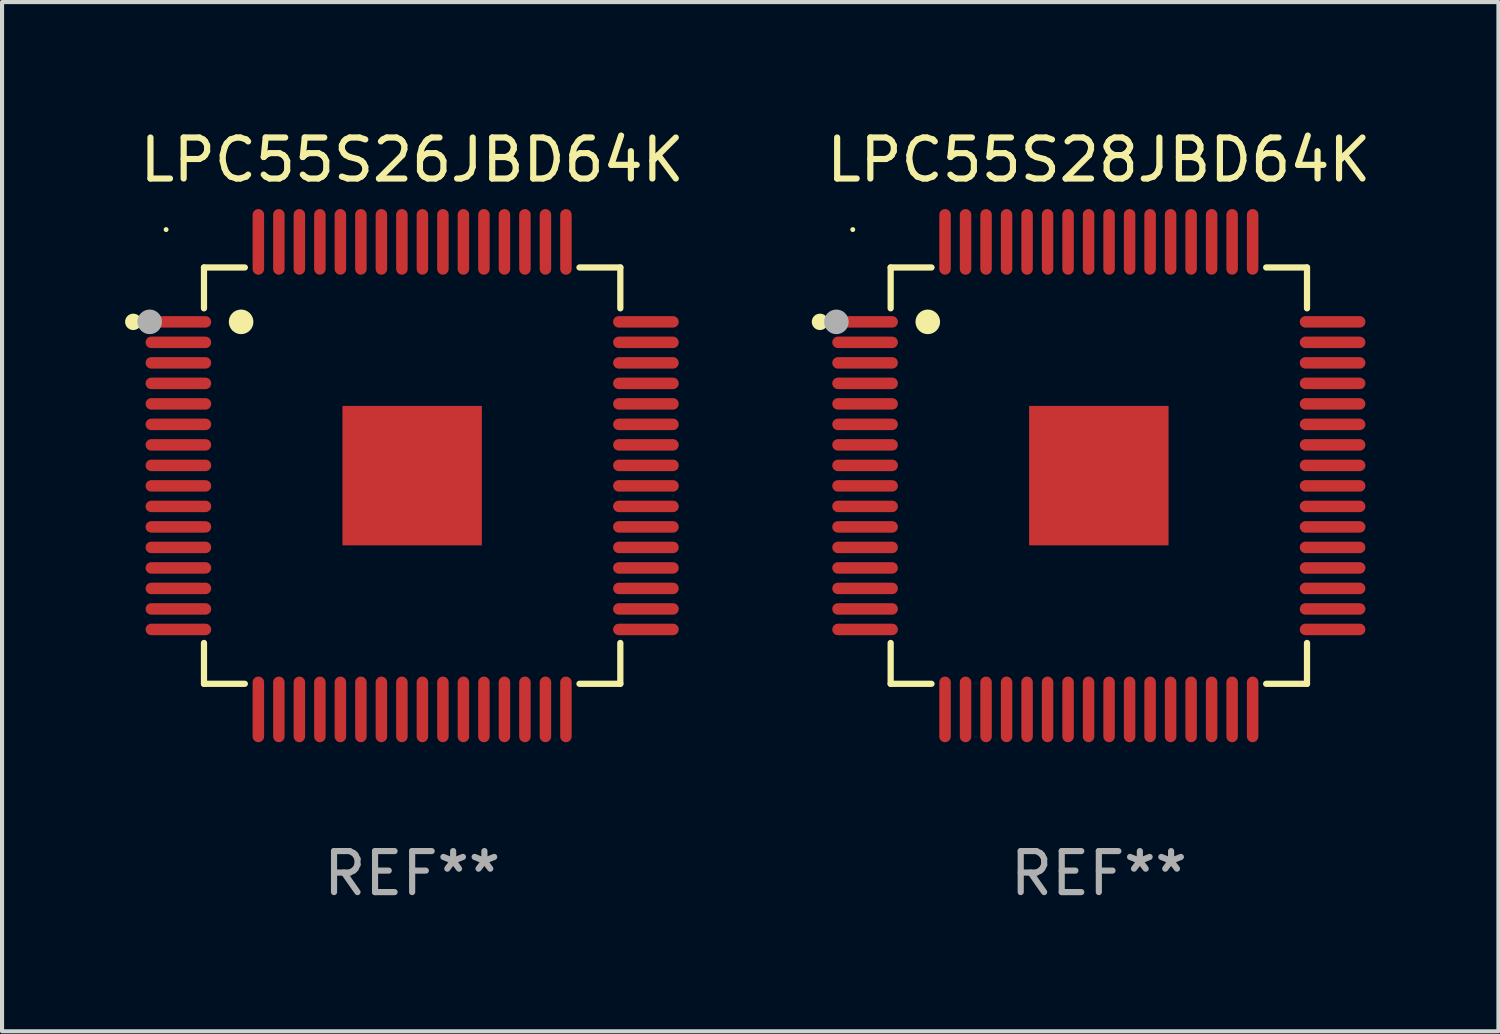
<source format=kicad_pcb>
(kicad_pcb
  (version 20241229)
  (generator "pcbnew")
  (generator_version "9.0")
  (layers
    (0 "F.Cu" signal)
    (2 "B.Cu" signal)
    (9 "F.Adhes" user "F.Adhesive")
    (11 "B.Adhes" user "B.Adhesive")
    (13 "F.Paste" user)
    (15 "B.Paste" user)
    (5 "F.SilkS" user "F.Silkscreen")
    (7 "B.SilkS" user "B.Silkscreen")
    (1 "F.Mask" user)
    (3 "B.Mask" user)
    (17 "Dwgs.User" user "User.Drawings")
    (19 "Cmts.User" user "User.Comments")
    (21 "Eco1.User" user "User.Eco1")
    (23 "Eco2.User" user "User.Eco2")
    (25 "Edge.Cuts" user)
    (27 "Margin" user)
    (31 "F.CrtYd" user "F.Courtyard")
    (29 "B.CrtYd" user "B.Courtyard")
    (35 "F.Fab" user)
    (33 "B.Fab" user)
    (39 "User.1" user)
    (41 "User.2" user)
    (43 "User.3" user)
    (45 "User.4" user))
  (footprint "LPC55S26JBD64K"
    (layer "F.Cu")
    (at 7 8.548)
    (property "Reference" "LPC55S26JBD64K" (at 0 -7.7 0) (layer "F.SilkS") (effects (font (size 1 1) (thickness 0.15))))
    (attr through_hole)
    (fp_line (start -5.076 -5.076) (end -5.076 -4.08) (stroke (width 0.152) (type solid)) (layer "F.SilkS"))
    (fp_line (start -5.076 5.076) (end -5.076 4.08) (stroke (width 0.152) (type solid)) (layer "F.SilkS"))
    (fp_line (start -4.08 -5.076) (end -5.076 -5.076) (stroke (width 0.152) (type solid)) (layer "F.SilkS"))
    (fp_line (start -4.08 5.076) (end -5.076 5.076) (stroke (width 0.152) (type solid)) (layer "F.SilkS"))
    (fp_line (start 4.08 -5.076) (end 5.076 -5.076) (stroke (width 0.152) (type solid)) (layer "F.SilkS"))
    (fp_line (start 4.08 5.076) (end 5.076 5.076) (stroke (width 0.152) (type solid)) (layer "F.SilkS"))
    (fp_line (start 5.076 -5.076) (end 5.076 -4.08) (stroke (width 0.152) (type solid)) (layer "F.SilkS"))
    (fp_line (start 5.076 5.076) (end 5.076 4.08) (stroke (width 0.152) (type solid)) (layer "F.SilkS"))
    (fp_circle (center -6.8 -3.75) (end -6.7 -3.75) (stroke (width 0.2) (type solid)) (fill no) (layer "F.SilkS"))
    (fp_circle (center -6 -6) (end -5.97 -6) (stroke (width 0.06) (type solid)) (fill no) (layer "F.SilkS"))
    (fp_circle (center -4.171 -3.75) (end -4.021 -3.75) (stroke (width 0.3) (type solid)) (fill no) (layer "F.SilkS"))
    (fp_circle (center -6.4 -3.75) (end -6.25 -3.75) (stroke (width 0.3) (type solid)) (fill no) (layer "F.Fab"))
    (fp_text user "REF**" (at 0 9.7 0) (layer "F.Fab") (effects (font (size 1 1) (thickness 0.15))))
    (pad "1" smd oval (at -5.7 -3.75 270) (size 0.28 1.6) (layers "F.Cu" "F.Mask" "F.Paste"))
    (pad "2" smd oval (at -5.7 -3.25 270) (size 0.28 1.6) (layers "F.Cu" "F.Mask" "F.Paste"))
    (pad "3" smd oval (at -5.7 -2.75 270) (size 0.28 1.6) (layers "F.Cu" "F.Mask" "F.Paste"))
    (pad "4" smd oval (at -5.7 -2.25 270) (size 0.28 1.6) (layers "F.Cu" "F.Mask" "F.Paste"))
    (pad "5" smd oval (at -5.7 -1.75 270) (size 0.28 1.6) (layers "F.Cu" "F.Mask" "F.Paste"))
    (pad "6" smd oval (at -5.7 -1.25 270) (size 0.28 1.6) (layers "F.Cu" "F.Mask" "F.Paste"))
    (pad "7" smd oval (at -5.7 -0.75 270) (size 0.28 1.6) (layers "F.Cu" "F.Mask" "F.Paste"))
    (pad "8" smd oval (at -5.7 -0.25 270) (size 0.28 1.6) (layers "F.Cu" "F.Mask" "F.Paste"))
    (pad "9" smd oval (at -5.7 0.25 270) (size 0.28 1.6) (layers "F.Cu" "F.Mask" "F.Paste"))
    (pad "10" smd oval (at -5.7 0.75 270) (size 0.28 1.6) (layers "F.Cu" "F.Mask" "F.Paste"))
    (pad "11" smd oval (at -5.7 1.25 270) (size 0.28 1.6) (layers "F.Cu" "F.Mask" "F.Paste"))
    (pad "12" smd oval (at -5.7 1.75 270) (size 0.28 1.6) (layers "F.Cu" "F.Mask" "F.Paste"))
    (pad "13" smd oval (at -5.7 2.25 270) (size 0.28 1.6) (layers "F.Cu" "F.Mask" "F.Paste"))
    (pad "14" smd oval (at -5.7 2.75 270) (size 0.28 1.6) (layers "F.Cu" "F.Mask" "F.Paste"))
    (pad "15" smd oval (at -5.7 3.25 270) (size 0.28 1.6) (layers "F.Cu" "F.Mask" "F.Paste"))
    (pad "16" smd oval (at -5.7 3.75 270) (size 0.28 1.6) (layers "F.Cu" "F.Mask" "F.Paste"))
    (pad "17" smd oval (at -3.75 5.7 270) (size 1.6 0.28) (layers "F.Cu" "F.Mask" "F.Paste"))
    (pad "18" smd oval (at -3.25 5.7 270) (size 1.6 0.28) (layers "F.Cu" "F.Mask" "F.Paste"))
    (pad "19" smd oval (at -2.75 5.7 270) (size 1.6 0.28) (layers "F.Cu" "F.Mask" "F.Paste"))
    (pad "20" smd oval (at -2.25 5.7 270) (size 1.6 0.28) (layers "F.Cu" "F.Mask" "F.Paste"))
    (pad "21" smd oval (at -1.75 5.7 270) (size 1.6 0.28) (layers "F.Cu" "F.Mask" "F.Paste"))
    (pad "22" smd oval (at -1.25 5.7 270) (size 1.6 0.28) (layers "F.Cu" "F.Mask" "F.Paste"))
    (pad "23" smd oval (at -0.75 5.7 270) (size 1.6 0.28) (layers "F.Cu" "F.Mask" "F.Paste"))
    (pad "24" smd oval (at -0.25 5.7 270) (size 1.6 0.28) (layers "F.Cu" "F.Mask" "F.Paste"))
    (pad "25" smd oval (at 0.25 5.7 270) (size 1.6 0.28) (layers "F.Cu" "F.Mask" "F.Paste"))
    (pad "26" smd oval (at 0.75 5.7 270) (size 1.6 0.28) (layers "F.Cu" "F.Mask" "F.Paste"))
    (pad "27" smd oval (at 1.25 5.7 270) (size 1.6 0.28) (layers "F.Cu" "F.Mask" "F.Paste"))
    (pad "28" smd oval (at 1.75 5.7 270) (size 1.6 0.28) (layers "F.Cu" "F.Mask" "F.Paste"))
    (pad "29" smd oval (at 2.25 5.7 270) (size 1.6 0.28) (layers "F.Cu" "F.Mask" "F.Paste"))
    (pad "30" smd oval (at 2.75 5.7 270) (size 1.6 0.28) (layers "F.Cu" "F.Mask" "F.Paste"))
    (pad "31" smd oval (at 3.25 5.7 270) (size 1.6 0.28) (layers "F.Cu" "F.Mask" "F.Paste"))
    (pad "32" smd oval (at 3.75 5.7 270) (size 1.6 0.28) (layers "F.Cu" "F.Mask" "F.Paste"))
    (pad "33" smd oval (at 5.7 3.75 270) (size 0.28 1.6) (layers "F.Cu" "F.Mask" "F.Paste"))
    (pad "34" smd oval (at 5.7 3.25 270) (size 0.28 1.6) (layers "F.Cu" "F.Mask" "F.Paste"))
    (pad "35" smd oval (at 5.7 2.75 270) (size 0.28 1.6) (layers "F.Cu" "F.Mask" "F.Paste"))
    (pad "36" smd oval (at 5.7 2.25 270) (size 0.28 1.6) (layers "F.Cu" "F.Mask" "F.Paste"))
    (pad "37" smd oval (at 5.7 1.75 270) (size 0.28 1.6) (layers "F.Cu" "F.Mask" "F.Paste"))
    (pad "38" smd oval (at 5.7 1.25 270) (size 0.28 1.6) (layers "F.Cu" "F.Mask" "F.Paste"))
    (pad "39" smd oval (at 5.7 0.75 270) (size 0.28 1.6) (layers "F.Cu" "F.Mask" "F.Paste"))
    (pad "40" smd oval (at 5.7 0.25 270) (size 0.28 1.6) (layers "F.Cu" "F.Mask" "F.Paste"))
    (pad "41" smd oval (at 5.7 -0.25 270) (size 0.28 1.6) (layers "F.Cu" "F.Mask" "F.Paste"))
    (pad "42" smd oval (at 5.7 -0.75 270) (size 0.28 1.6) (layers "F.Cu" "F.Mask" "F.Paste"))
    (pad "43" smd oval (at 5.7 -1.25 270) (size 0.28 1.6) (layers "F.Cu" "F.Mask" "F.Paste"))
    (pad "44" smd oval (at 5.7 -1.75 270) (size 0.28 1.6) (layers "F.Cu" "F.Mask" "F.Paste"))
    (pad "45" smd oval (at 5.7 -2.25 270) (size 0.28 1.6) (layers "F.Cu" "F.Mask" "F.Paste"))
    (pad "46" smd oval (at 5.7 -2.75 270) (size 0.28 1.6) (layers "F.Cu" "F.Mask" "F.Paste"))
    (pad "47" smd oval (at 5.7 -3.25 270) (size 0.28 1.6) (layers "F.Cu" "F.Mask" "F.Paste"))
    (pad "48" smd oval (at 5.7 -3.75 270) (size 0.28 1.6) (layers "F.Cu" "F.Mask" "F.Paste"))
    (pad "49" smd oval (at 3.75 -5.7 270) (size 1.6 0.28) (layers "F.Cu" "F.Mask" "F.Paste"))
    (pad "50" smd oval (at 3.25 -5.7 270) (size 1.6 0.28) (layers "F.Cu" "F.Mask" "F.Paste"))
    (pad "51" smd oval (at 2.75 -5.7 270) (size 1.6 0.28) (layers "F.Cu" "F.Mask" "F.Paste"))
    (pad "52" smd oval (at 2.25 -5.7 270) (size 1.6 0.28) (layers "F.Cu" "F.Mask" "F.Paste"))
    (pad "53" smd oval (at 1.75 -5.7 270) (size 1.6 0.28) (layers "F.Cu" "F.Mask" "F.Paste"))
    (pad "54" smd oval (at 1.25 -5.7 270) (size 1.6 0.28) (layers "F.Cu" "F.Mask" "F.Paste"))
    (pad "55" smd oval (at 0.75 -5.7 270) (size 1.6 0.28) (layers "F.Cu" "F.Mask" "F.Paste"))
    (pad "56" smd oval (at 0.25 -5.7 270) (size 1.6 0.28) (layers "F.Cu" "F.Mask" "F.Paste"))
    (pad "57" smd oval (at -0.25 -5.7 270) (size 1.6 0.28) (layers "F.Cu" "F.Mask" "F.Paste"))
    (pad "58" smd oval (at -0.75 -5.7 270) (size 1.6 0.28) (layers "F.Cu" "F.Mask" "F.Paste"))
    (pad "59" smd oval (at -1.25 -5.7 270) (size 1.6 0.28) (layers "F.Cu" "F.Mask" "F.Paste"))
    (pad "60" smd oval (at -1.75 -5.7 270) (size 1.6 0.28) (layers "F.Cu" "F.Mask" "F.Paste"))
    (pad "61" smd oval (at -2.25 -5.7 270) (size 1.6 0.28) (layers "F.Cu" "F.Mask" "F.Paste"))
    (pad "62" smd oval (at -2.75 -5.7 270) (size 1.6 0.28) (layers "F.Cu" "F.Mask" "F.Paste"))
    (pad "63" smd oval (at -3.25 -5.7 270) (size 1.6 0.28) (layers "F.Cu" "F.Mask" "F.Paste"))
    (pad "64" smd oval (at -3.75 -5.7 270) (size 1.6 0.28) (layers "F.Cu" "F.Mask" "F.Paste"))
    (pad "65" smd rect (at 0 0 270) (size 3.4 3.4) (layers "F.Cu" "F.Mask" "F.Paste")))
  (footprint "LPC55S28JBD64K"
    (layer "F.Cu")
    (at 23.744 8.548)
    (property "Reference" "LPC55S28JBD64K" (at 0 -7.7 0) (layer "F.SilkS") (effects (font (size 1 1) (thickness 0.15))))
    (attr through_hole)
    (fp_line (start -5.076 -5.076) (end -5.076 -4.08) (stroke (width 0.152) (type solid)) (layer "F.SilkS"))
    (fp_line (start -5.076 5.076) (end -5.076 4.08) (stroke (width 0.152) (type solid)) (layer "F.SilkS"))
    (fp_line (start -4.08 -5.076) (end -5.076 -5.076) (stroke (width 0.152) (type solid)) (layer "F.SilkS"))
    (fp_line (start -4.08 5.076) (end -5.076 5.076) (stroke (width 0.152) (type solid)) (layer "F.SilkS"))
    (fp_line (start 4.08 -5.076) (end 5.076 -5.076) (stroke (width 0.152) (type solid)) (layer "F.SilkS"))
    (fp_line (start 4.08 5.076) (end 5.076 5.076) (stroke (width 0.152) (type solid)) (layer "F.SilkS"))
    (fp_line (start 5.076 -5.076) (end 5.076 -4.08) (stroke (width 0.152) (type solid)) (layer "F.SilkS"))
    (fp_line (start 5.076 5.076) (end 5.076 4.08) (stroke (width 0.152) (type solid)) (layer "F.SilkS"))
    (fp_circle (center -6.8 -3.75) (end -6.7 -3.75) (stroke (width 0.2) (type solid)) (fill no) (layer "F.SilkS"))
    (fp_circle (center -6 -6) (end -5.97 -6) (stroke (width 0.06) (type solid)) (fill no) (layer "F.SilkS"))
    (fp_circle (center -4.171 -3.75) (end -4.021 -3.75) (stroke (width 0.3) (type solid)) (fill no) (layer "F.SilkS"))
    (fp_circle (center -6.4 -3.75) (end -6.25 -3.75) (stroke (width 0.3) (type solid)) (fill no) (layer "F.Fab"))
    (fp_text user "REF**" (at 0 9.7 0) (layer "F.Fab") (effects (font (size 1 1) (thickness 0.15))))
    (pad "1" smd oval (at -5.7 -3.75 270) (size 0.28 1.6) (layers "F.Cu" "F.Mask" "F.Paste"))
    (pad "2" smd oval (at -5.7 -3.25 270) (size 0.28 1.6) (layers "F.Cu" "F.Mask" "F.Paste"))
    (pad "3" smd oval (at -5.7 -2.75 270) (size 0.28 1.6) (layers "F.Cu" "F.Mask" "F.Paste"))
    (pad "4" smd oval (at -5.7 -2.25 270) (size 0.28 1.6) (layers "F.Cu" "F.Mask" "F.Paste"))
    (pad "5" smd oval (at -5.7 -1.75 270) (size 0.28 1.6) (layers "F.Cu" "F.Mask" "F.Paste"))
    (pad "6" smd oval (at -5.7 -1.25 270) (size 0.28 1.6) (layers "F.Cu" "F.Mask" "F.Paste"))
    (pad "7" smd oval (at -5.7 -0.75 270) (size 0.28 1.6) (layers "F.Cu" "F.Mask" "F.Paste"))
    (pad "8" smd oval (at -5.7 -0.25 270) (size 0.28 1.6) (layers "F.Cu" "F.Mask" "F.Paste"))
    (pad "9" smd oval (at -5.7 0.25 270) (size 0.28 1.6) (layers "F.Cu" "F.Mask" "F.Paste"))
    (pad "10" smd oval (at -5.7 0.75 270) (size 0.28 1.6) (layers "F.Cu" "F.Mask" "F.Paste"))
    (pad "11" smd oval (at -5.7 1.25 270) (size 0.28 1.6) (layers "F.Cu" "F.Mask" "F.Paste"))
    (pad "12" smd oval (at -5.7 1.75 270) (size 0.28 1.6) (layers "F.Cu" "F.Mask" "F.Paste"))
    (pad "13" smd oval (at -5.7 2.25 270) (size 0.28 1.6) (layers "F.Cu" "F.Mask" "F.Paste"))
    (pad "14" smd oval (at -5.7 2.75 270) (size 0.28 1.6) (layers "F.Cu" "F.Mask" "F.Paste"))
    (pad "15" smd oval (at -5.7 3.25 270) (size 0.28 1.6) (layers "F.Cu" "F.Mask" "F.Paste"))
    (pad "16" smd oval (at -5.7 3.75 270) (size 0.28 1.6) (layers "F.Cu" "F.Mask" "F.Paste"))
    (pad "17" smd oval (at -3.75 5.7 270) (size 1.6 0.28) (layers "F.Cu" "F.Mask" "F.Paste"))
    (pad "18" smd oval (at -3.25 5.7 270) (size 1.6 0.28) (layers "F.Cu" "F.Mask" "F.Paste"))
    (pad "19" smd oval (at -2.75 5.7 270) (size 1.6 0.28) (layers "F.Cu" "F.Mask" "F.Paste"))
    (pad "20" smd oval (at -2.25 5.7 270) (size 1.6 0.28) (layers "F.Cu" "F.Mask" "F.Paste"))
    (pad "21" smd oval (at -1.75 5.7 270) (size 1.6 0.28) (layers "F.Cu" "F.Mask" "F.Paste"))
    (pad "22" smd oval (at -1.25 5.7 270) (size 1.6 0.28) (layers "F.Cu" "F.Mask" "F.Paste"))
    (pad "23" smd oval (at -0.75 5.7 270) (size 1.6 0.28) (layers "F.Cu" "F.Mask" "F.Paste"))
    (pad "24" smd oval (at -0.25 5.7 270) (size 1.6 0.28) (layers "F.Cu" "F.Mask" "F.Paste"))
    (pad "25" smd oval (at 0.25 5.7 270) (size 1.6 0.28) (layers "F.Cu" "F.Mask" "F.Paste"))
    (pad "26" smd oval (at 0.75 5.7 270) (size 1.6 0.28) (layers "F.Cu" "F.Mask" "F.Paste"))
    (pad "27" smd oval (at 1.25 5.7 270) (size 1.6 0.28) (layers "F.Cu" "F.Mask" "F.Paste"))
    (pad "28" smd oval (at 1.75 5.7 270) (size 1.6 0.28) (layers "F.Cu" "F.Mask" "F.Paste"))
    (pad "29" smd oval (at 2.25 5.7 270) (size 1.6 0.28) (layers "F.Cu" "F.Mask" "F.Paste"))
    (pad "30" smd oval (at 2.75 5.7 270) (size 1.6 0.28) (layers "F.Cu" "F.Mask" "F.Paste"))
    (pad "31" smd oval (at 3.25 5.7 270) (size 1.6 0.28) (layers "F.Cu" "F.Mask" "F.Paste"))
    (pad "32" smd oval (at 3.75 5.7 270) (size 1.6 0.28) (layers "F.Cu" "F.Mask" "F.Paste"))
    (pad "33" smd oval (at 5.7 3.75 270) (size 0.28 1.6) (layers "F.Cu" "F.Mask" "F.Paste"))
    (pad "34" smd oval (at 5.7 3.25 270) (size 0.28 1.6) (layers "F.Cu" "F.Mask" "F.Paste"))
    (pad "35" smd oval (at 5.7 2.75 270) (size 0.28 1.6) (layers "F.Cu" "F.Mask" "F.Paste"))
    (pad "36" smd oval (at 5.7 2.25 270) (size 0.28 1.6) (layers "F.Cu" "F.Mask" "F.Paste"))
    (pad "37" smd oval (at 5.7 1.75 270) (size 0.28 1.6) (layers "F.Cu" "F.Mask" "F.Paste"))
    (pad "38" smd oval (at 5.7 1.25 270) (size 0.28 1.6) (layers "F.Cu" "F.Mask" "F.Paste"))
    (pad "39" smd oval (at 5.7 0.75 270) (size 0.28 1.6) (layers "F.Cu" "F.Mask" "F.Paste"))
    (pad "40" smd oval (at 5.7 0.25 270) (size 0.28 1.6) (layers "F.Cu" "F.Mask" "F.Paste"))
    (pad "41" smd oval (at 5.7 -0.25 270) (size 0.28 1.6) (layers "F.Cu" "F.Mask" "F.Paste"))
    (pad "42" smd oval (at 5.7 -0.75 270) (size 0.28 1.6) (layers "F.Cu" "F.Mask" "F.Paste"))
    (pad "43" smd oval (at 5.7 -1.25 270) (size 0.28 1.6) (layers "F.Cu" "F.Mask" "F.Paste"))
    (pad "44" smd oval (at 5.7 -1.75 270) (size 0.28 1.6) (layers "F.Cu" "F.Mask" "F.Paste"))
    (pad "45" smd oval (at 5.7 -2.25 270) (size 0.28 1.6) (layers "F.Cu" "F.Mask" "F.Paste"))
    (pad "46" smd oval (at 5.7 -2.75 270) (size 0.28 1.6) (layers "F.Cu" "F.Mask" "F.Paste"))
    (pad "47" smd oval (at 5.7 -3.25 270) (size 0.28 1.6) (layers "F.Cu" "F.Mask" "F.Paste"))
    (pad "48" smd oval (at 5.7 -3.75 270) (size 0.28 1.6) (layers "F.Cu" "F.Mask" "F.Paste"))
    (pad "49" smd oval (at 3.75 -5.7 270) (size 1.6 0.28) (layers "F.Cu" "F.Mask" "F.Paste"))
    (pad "50" smd oval (at 3.25 -5.7 270) (size 1.6 0.28) (layers "F.Cu" "F.Mask" "F.Paste"))
    (pad "51" smd oval (at 2.75 -5.7 270) (size 1.6 0.28) (layers "F.Cu" "F.Mask" "F.Paste"))
    (pad "52" smd oval (at 2.25 -5.7 270) (size 1.6 0.28) (layers "F.Cu" "F.Mask" "F.Paste"))
    (pad "53" smd oval (at 1.75 -5.7 270) (size 1.6 0.28) (layers "F.Cu" "F.Mask" "F.Paste"))
    (pad "54" smd oval (at 1.25 -5.7 270) (size 1.6 0.28) (layers "F.Cu" "F.Mask" "F.Paste"))
    (pad "55" smd oval (at 0.75 -5.7 270) (size 1.6 0.28) (layers "F.Cu" "F.Mask" "F.Paste"))
    (pad "56" smd oval (at 0.25 -5.7 270) (size 1.6 0.28) (layers "F.Cu" "F.Mask" "F.Paste"))
    (pad "57" smd oval (at -0.25 -5.7 270) (size 1.6 0.28) (layers "F.Cu" "F.Mask" "F.Paste"))
    (pad "58" smd oval (at -0.75 -5.7 270) (size 1.6 0.28) (layers "F.Cu" "F.Mask" "F.Paste"))
    (pad "59" smd oval (at -1.25 -5.7 270) (size 1.6 0.28) (layers "F.Cu" "F.Mask" "F.Paste"))
    (pad "60" smd oval (at -1.75 -5.7 270) (size 1.6 0.28) (layers "F.Cu" "F.Mask" "F.Paste"))
    (pad "61" smd oval (at -2.25 -5.7 270) (size 1.6 0.28) (layers "F.Cu" "F.Mask" "F.Paste"))
    (pad "62" smd oval (at -2.75 -5.7 270) (size 1.6 0.28) (layers "F.Cu" "F.Mask" "F.Paste"))
    (pad "63" smd oval (at -3.25 -5.7 270) (size 1.6 0.28) (layers "F.Cu" "F.Mask" "F.Paste"))
    (pad "64" smd oval (at -3.75 -5.7 270) (size 1.6 0.28) (layers "F.Cu" "F.Mask" "F.Paste"))
    (pad "65" smd rect (at 0 0 270) (size 3.4 3.4) (layers "F.Cu" "F.Mask" "F.Paste")))
  (gr_rect
    (start -3 -3)
    (end 33.488 22.097)
    (stroke (width 0.1) (type default))
    (fill no)
    (layer "Edge.Cuts")))
</source>
